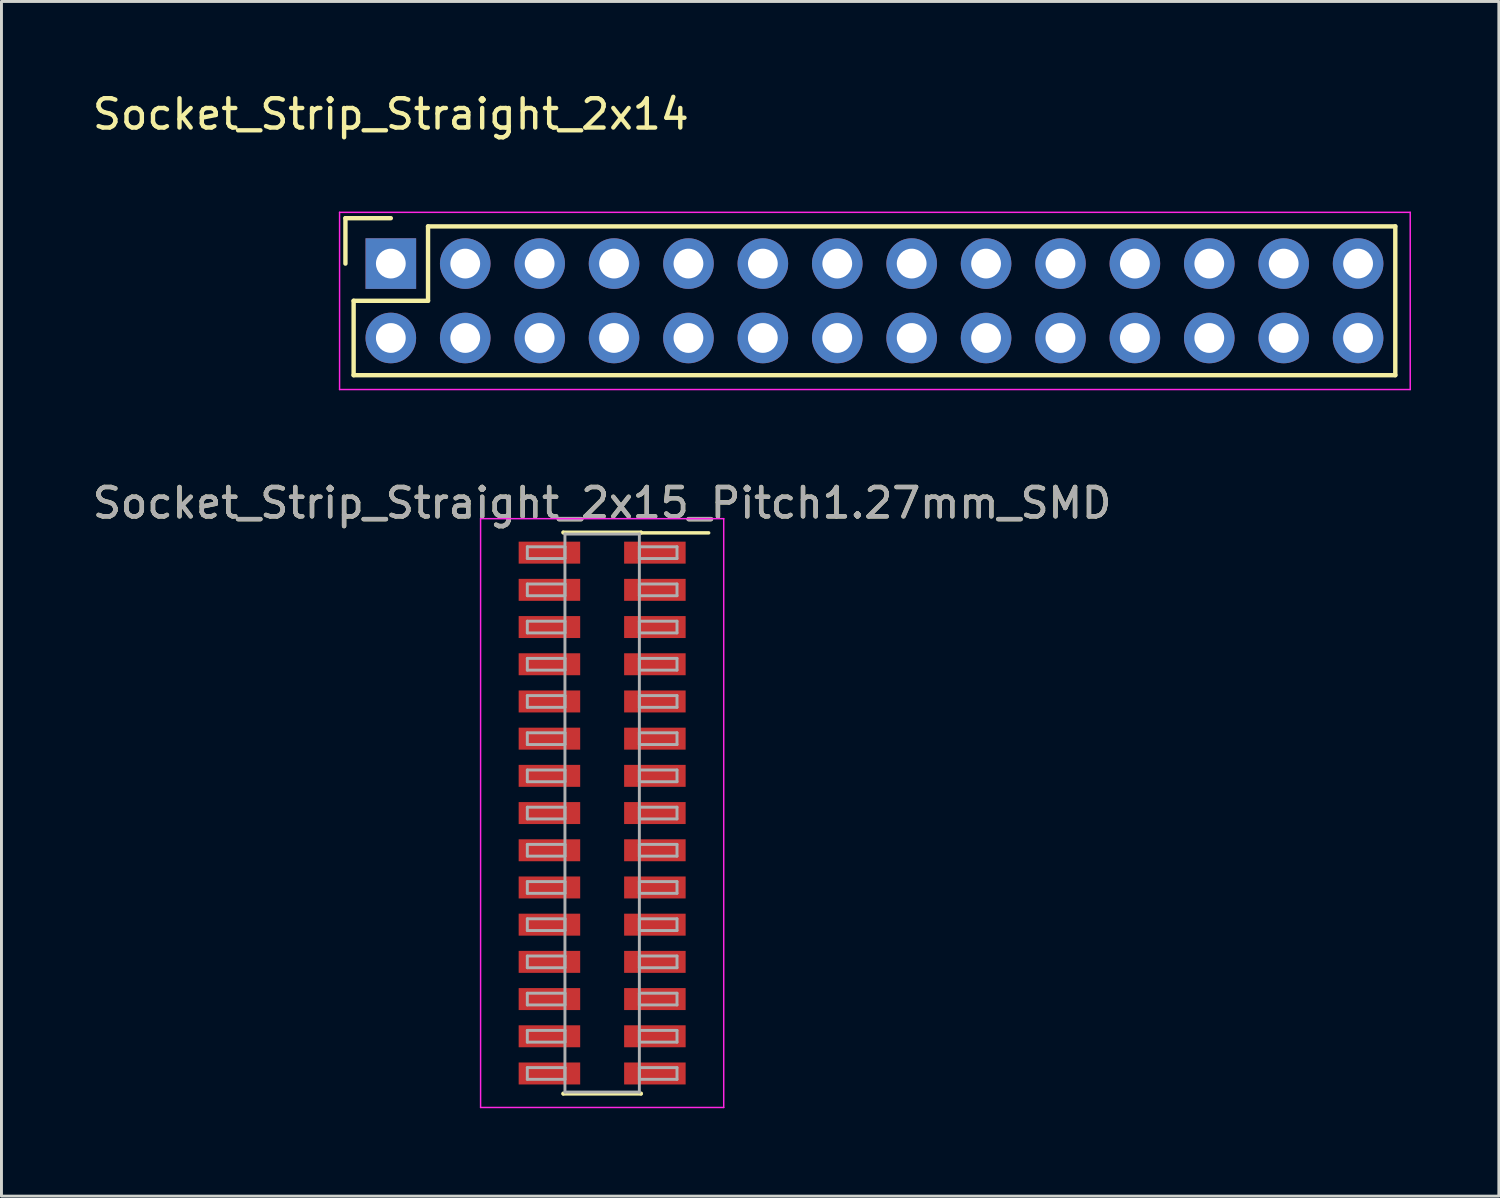
<source format=kicad_pcb>
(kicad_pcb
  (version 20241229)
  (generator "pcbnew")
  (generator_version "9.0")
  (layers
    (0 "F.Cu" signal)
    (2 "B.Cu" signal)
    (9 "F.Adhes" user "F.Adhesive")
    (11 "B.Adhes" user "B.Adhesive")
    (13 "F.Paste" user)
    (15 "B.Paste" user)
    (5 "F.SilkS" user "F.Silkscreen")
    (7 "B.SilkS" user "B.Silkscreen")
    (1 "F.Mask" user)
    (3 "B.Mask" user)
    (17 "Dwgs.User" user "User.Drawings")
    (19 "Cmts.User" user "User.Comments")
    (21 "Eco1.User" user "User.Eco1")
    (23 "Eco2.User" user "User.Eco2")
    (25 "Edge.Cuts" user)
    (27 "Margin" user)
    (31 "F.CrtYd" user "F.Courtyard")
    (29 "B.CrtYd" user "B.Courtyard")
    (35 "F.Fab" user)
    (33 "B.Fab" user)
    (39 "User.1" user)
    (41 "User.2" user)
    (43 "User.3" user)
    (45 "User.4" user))
  (footprint "Socket_Strip_Straight_2x14"
    (layer "F.Cu")
    (at 10.292 5.948)
    (property "Reference" "Socket_Strip_Straight_2x14" (at 0 -5.1 0) (layer "F.SilkS") (effects (font (size 1 1) (thickness 0.15))))
    (attr through_hole)
    (fp_line (start -1.55 -1.55) (end -1.55 0) (stroke (width 0.15) (type solid)) (layer "F.SilkS"))
    (fp_line (start -1.27 1.27) (end 1.27 1.27) (stroke (width 0.15) (type solid)) (layer "F.SilkS"))
    (fp_line (start -1.27 3.81) (end -1.27 1.27) (stroke (width 0.15) (type solid)) (layer "F.SilkS"))
    (fp_line (start 0 -1.55) (end -1.55 -1.55) (stroke (width 0.15) (type solid)) (layer "F.SilkS"))
    (fp_line (start 1.27 -1.27) (end 34.29 -1.27) (stroke (width 0.15) (type solid)) (layer "F.SilkS"))
    (fp_line (start 1.27 1.27) (end 1.27 -1.27) (stroke (width 0.15) (type solid)) (layer "F.SilkS"))
    (fp_line (start 34.29 3.81) (end -1.27 3.81) (stroke (width 0.15) (type solid)) (layer "F.SilkS"))
    (fp_line (start 34.29 3.81) (end 34.29 -1.27) (stroke (width 0.15) (type solid)) (layer "F.SilkS"))
    (fp_line (start -1.75 -1.75) (end -1.75 4.3) (stroke (width 0.05) (type solid)) (layer "F.CrtYd"))
    (fp_line (start -1.75 -1.75) (end 34.8 -1.75) (stroke (width 0.05) (type solid)) (layer "F.CrtYd"))
    (fp_line (start -1.75 4.3) (end 34.8 4.3) (stroke (width 0.05) (type solid)) (layer "F.CrtYd"))
    (fp_line (start 34.8 -1.75) (end 34.8 4.3) (stroke (width 0.05) (type solid)) (layer "F.CrtYd"))
    (pad "1" thru_hole rect (at 0 0) (size 1.727 1.727) (drill 1.016) (layers "*.Cu" "*.Mask"))
    (pad "2" thru_hole oval (at 0 2.54) (size 1.727 1.727) (drill 1.016) (layers "*.Cu" "*.Mask"))
    (pad "3" thru_hole oval (at 2.54 0) (size 1.727 1.727) (drill 1.016) (layers "*.Cu" "*.Mask"))
    (pad "4" thru_hole oval (at 2.54 2.54) (size 1.727 1.727) (drill 1.016) (layers "*.Cu" "*.Mask"))
    (pad "5" thru_hole oval (at 5.08 0) (size 1.727 1.727) (drill 1.016) (layers "*.Cu" "*.Mask"))
    (pad "6" thru_hole oval (at 5.08 2.54) (size 1.727 1.727) (drill 1.016) (layers "*.Cu" "*.Mask"))
    (pad "7" thru_hole oval (at 7.62 0) (size 1.727 1.727) (drill 1.016) (layers "*.Cu" "*.Mask"))
    (pad "8" thru_hole oval (at 7.62 2.54) (size 1.727 1.727) (drill 1.016) (layers "*.Cu" "*.Mask"))
    (pad "9" thru_hole oval (at 10.16 0) (size 1.727 1.727) (drill 1.016) (layers "*.Cu" "*.Mask"))
    (pad "10" thru_hole oval (at 10.16 2.54) (size 1.727 1.727) (drill 1.016) (layers "*.Cu" "*.Mask"))
    (pad "11" thru_hole oval (at 12.7 0) (size 1.727 1.727) (drill 1.016) (layers "*.Cu" "*.Mask"))
    (pad "12" thru_hole oval (at 12.7 2.54) (size 1.727 1.727) (drill 1.016) (layers "*.Cu" "*.Mask"))
    (pad "13" thru_hole oval (at 15.24 0) (size 1.727 1.727) (drill 1.016) (layers "*.Cu" "*.Mask"))
    (pad "14" thru_hole oval (at 15.24 2.54) (size 1.727 1.727) (drill 1.016) (layers "*.Cu" "*.Mask"))
    (pad "15" thru_hole oval (at 17.78 0) (size 1.727 1.727) (drill 1.016) (layers "*.Cu" "*.Mask"))
    (pad "16" thru_hole oval (at 17.78 2.54) (size 1.727 1.727) (drill 1.016) (layers "*.Cu" "*.Mask"))
    (pad "17" thru_hole oval (at 20.32 0) (size 1.727 1.727) (drill 1.016) (layers "*.Cu" "*.Mask"))
    (pad "18" thru_hole oval (at 20.32 2.54) (size 1.727 1.727) (drill 1.016) (layers "*.Cu" "*.Mask"))
    (pad "19" thru_hole oval (at 22.86 0) (size 1.727 1.727) (drill 1.016) (layers "*.Cu" "*.Mask"))
    (pad "20" thru_hole oval (at 22.86 2.54) (size 1.727 1.727) (drill 1.016) (layers "*.Cu" "*.Mask"))
    (pad "21" thru_hole oval (at 25.4 0) (size 1.727 1.727) (drill 1.016) (layers "*.Cu" "*.Mask"))
    (pad "22" thru_hole oval (at 25.4 2.54) (size 1.727 1.727) (drill 1.016) (layers "*.Cu" "*.Mask"))
    (pad "23" thru_hole oval (at 27.94 0) (size 1.727 1.727) (drill 1.016) (layers "*.Cu" "*.Mask"))
    (pad "24" thru_hole oval (at 27.94 2.54) (size 1.727 1.727) (drill 1.016) (layers "*.Cu" "*.Mask"))
    (pad "25" thru_hole oval (at 30.48 0) (size 1.727 1.727) (drill 1.016) (layers "*.Cu" "*.Mask"))
    (pad "26" thru_hole oval (at 30.48 2.54) (size 1.727 1.727) (drill 1.016) (layers "*.Cu" "*.Mask"))
    (pad "27" thru_hole oval (at 33.02 0) (size 1.727 1.727) (drill 1.016) (layers "*.Cu" "*.Mask"))
    (pad "28" thru_hole oval (at 33.02 2.54) (size 1.727 1.727) (drill 1.016) (layers "*.Cu" "*.Mask")))
  (footprint "Socket_Strip_Straight_2x15_Pitch1.27mm_SMD"
    (layer "F.Cu")
    (at 17.506 24.706)
    (property "Reference" "Socket_Strip_Straight_2x15_Pitch1.27mm_SMD" (at 0 -10.585 0) (layer "F.SilkS") (effects (font (size 1 1) (thickness 0.15))))
    (attr smd)
    (fp_line (start -1.33 -9.585) (end 1.33 -9.585) (stroke (width 0.12) (type solid)) (layer "F.SilkS"))
    (fp_line (start -1.33 -9.565) (end -1.33 -9.585) (stroke (width 0.12) (type solid)) (layer "F.SilkS"))
    (fp_line (start -1.33 9.565) (end -1.33 9.585) (stroke (width 0.12) (type solid)) (layer "F.SilkS"))
    (fp_line (start -1.33 9.585) (end 1.33 9.585) (stroke (width 0.12) (type solid)) (layer "F.SilkS"))
    (fp_line (start 1.33 -9.585) (end 1.33 -9.565) (stroke (width 0.12) (type solid)) (layer "F.SilkS"))
    (fp_line (start 1.33 9.585) (end 1.33 9.565) (stroke (width 0.12) (type solid)) (layer "F.SilkS"))
    (fp_line (start 3.635 -9.565) (end 1.33 -9.565) (stroke (width 0.12) (type solid)) (layer "F.SilkS"))
    (fp_line (start -4.15 -10.05) (end -4.15 10.05) (stroke (width 0.05) (type solid)) (layer "F.CrtYd"))
    (fp_line (start -4.15 10.05) (end 4.15 10.05) (stroke (width 0.05) (type solid)) (layer "F.CrtYd"))
    (fp_line (start 4.15 -10.05) (end -4.15 -10.05) (stroke (width 0.05) (type solid)) (layer "F.CrtYd"))
    (fp_line (start 4.15 10.05) (end 4.15 -10.05) (stroke (width 0.05) (type solid)) (layer "F.CrtYd"))
    (fp_line (start -2.555 -9.09) (end -1.27 -9.09) (stroke (width 0.1) (type solid)) (layer "F.Fab"))
    (fp_line (start -2.555 -8.69) (end -2.555 -9.09) (stroke (width 0.1) (type solid)) (layer "F.Fab"))
    (fp_line (start -2.555 -7.82) (end -1.27 -7.82) (stroke (width 0.1) (type solid)) (layer "F.Fab"))
    (fp_line (start -2.555 -7.42) (end -2.555 -7.82) (stroke (width 0.1) (type solid)) (layer "F.Fab"))
    (fp_line (start -2.555 -6.55) (end -1.27 -6.55) (stroke (width 0.1) (type solid)) (layer "F.Fab"))
    (fp_line (start -2.555 -6.15) (end -2.555 -6.55) (stroke (width 0.1) (type solid)) (layer "F.Fab"))
    (fp_line (start -2.555 -5.28) (end -1.27 -5.28) (stroke (width 0.1) (type solid)) (layer "F.Fab"))
    (fp_line (start -2.555 -4.88) (end -2.555 -5.28) (stroke (width 0.1) (type solid)) (layer "F.Fab"))
    (fp_line (start -2.555 -4.01) (end -1.27 -4.01) (stroke (width 0.1) (type solid)) (layer "F.Fab"))
    (fp_line (start -2.555 -3.61) (end -2.555 -4.01) (stroke (width 0.1) (type solid)) (layer "F.Fab"))
    (fp_line (start -2.555 -2.74) (end -1.27 -2.74) (stroke (width 0.1) (type solid)) (layer "F.Fab"))
    (fp_line (start -2.555 -2.34) (end -2.555 -2.74) (stroke (width 0.1) (type solid)) (layer "F.Fab"))
    (fp_line (start -2.555 -1.47) (end -1.27 -1.47) (stroke (width 0.1) (type solid)) (layer "F.Fab"))
    (fp_line (start -2.555 -1.07) (end -2.555 -1.47) (stroke (width 0.1) (type solid)) (layer "F.Fab"))
    (fp_line (start -2.555 -0.2) (end -1.27 -0.2) (stroke (width 0.1) (type solid)) (layer "F.Fab"))
    (fp_line (start -2.555 0.2) (end -2.555 -0.2) (stroke (width 0.1) (type solid)) (layer "F.Fab"))
    (fp_line (start -2.555 1.07) (end -1.27 1.07) (stroke (width 0.1) (type solid)) (layer "F.Fab"))
    (fp_line (start -2.555 1.47) (end -2.555 1.07) (stroke (width 0.1) (type solid)) (layer "F.Fab"))
    (fp_line (start -2.555 2.34) (end -1.27 2.34) (stroke (width 0.1) (type solid)) (layer "F.Fab"))
    (fp_line (start -2.555 2.74) (end -2.555 2.34) (stroke (width 0.1) (type solid)) (layer "F.Fab"))
    (fp_line (start -2.555 3.61) (end -1.27 3.61) (stroke (width 0.1) (type solid)) (layer "F.Fab"))
    (fp_line (start -2.555 4.01) (end -2.555 3.61) (stroke (width 0.1) (type solid)) (layer "F.Fab"))
    (fp_line (start -2.555 4.88) (end -1.27 4.88) (stroke (width 0.1) (type solid)) (layer "F.Fab"))
    (fp_line (start -2.555 5.28) (end -2.555 4.88) (stroke (width 0.1) (type solid)) (layer "F.Fab"))
    (fp_line (start -2.555 6.15) (end -1.27 6.15) (stroke (width 0.1) (type solid)) (layer "F.Fab"))
    (fp_line (start -2.555 6.55) (end -2.555 6.15) (stroke (width 0.1) (type solid)) (layer "F.Fab"))
    (fp_line (start -2.555 7.42) (end -1.27 7.42) (stroke (width 0.1) (type solid)) (layer "F.Fab"))
    (fp_line (start -2.555 7.82) (end -2.555 7.42) (stroke (width 0.1) (type solid)) (layer "F.Fab"))
    (fp_line (start -2.555 8.69) (end -1.27 8.69) (stroke (width 0.1) (type solid)) (layer "F.Fab"))
    (fp_line (start -2.555 9.09) (end -2.555 8.69) (stroke (width 0.1) (type solid)) (layer "F.Fab"))
    (fp_line (start -1.27 -9.525) (end -1.27 9.525) (stroke (width 0.1) (type solid)) (layer "F.Fab"))
    (fp_line (start -1.27 -9.09) (end -1.27 -8.69) (stroke (width 0.1) (type solid)) (layer "F.Fab"))
    (fp_line (start -1.27 -8.69) (end -2.555 -8.69) (stroke (width 0.1) (type solid)) (layer "F.Fab"))
    (fp_line (start -1.27 -7.82) (end -1.27 -7.42) (stroke (width 0.1) (type solid)) (layer "F.Fab"))
    (fp_line (start -1.27 -7.42) (end -2.555 -7.42) (stroke (width 0.1) (type solid)) (layer "F.Fab"))
    (fp_line (start -1.27 -6.55) (end -1.27 -6.15) (stroke (width 0.1) (type solid)) (layer "F.Fab"))
    (fp_line (start -1.27 -6.15) (end -2.555 -6.15) (stroke (width 0.1) (type solid)) (layer "F.Fab"))
    (fp_line (start -1.27 -5.28) (end -1.27 -4.88) (stroke (width 0.1) (type solid)) (layer "F.Fab"))
    (fp_line (start -1.27 -4.88) (end -2.555 -4.88) (stroke (width 0.1) (type solid)) (layer "F.Fab"))
    (fp_line (start -1.27 -4.01) (end -1.27 -3.61) (stroke (width 0.1) (type solid)) (layer "F.Fab"))
    (fp_line (start -1.27 -3.61) (end -2.555 -3.61) (stroke (width 0.1) (type solid)) (layer "F.Fab"))
    (fp_line (start -1.27 -2.74) (end -1.27 -2.34) (stroke (width 0.1) (type solid)) (layer "F.Fab"))
    (fp_line (start -1.27 -2.34) (end -2.555 -2.34) (stroke (width 0.1) (type solid)) (layer "F.Fab"))
    (fp_line (start -1.27 -1.47) (end -1.27 -1.07) (stroke (width 0.1) (type solid)) (layer "F.Fab"))
    (fp_line (start -1.27 -1.07) (end -2.555 -1.07) (stroke (width 0.1) (type solid)) (layer "F.Fab"))
    (fp_line (start -1.27 -0.2) (end -1.27 0.2) (stroke (width 0.1) (type solid)) (layer "F.Fab"))
    (fp_line (start -1.27 0.2) (end -2.555 0.2) (stroke (width 0.1) (type solid)) (layer "F.Fab"))
    (fp_line (start -1.27 1.07) (end -1.27 1.47) (stroke (width 0.1) (type solid)) (layer "F.Fab"))
    (fp_line (start -1.27 1.47) (end -2.555 1.47) (stroke (width 0.1) (type solid)) (layer "F.Fab"))
    (fp_line (start -1.27 2.34) (end -1.27 2.74) (stroke (width 0.1) (type solid)) (layer "F.Fab"))
    (fp_line (start -1.27 2.74) (end -2.555 2.74) (stroke (width 0.1) (type solid)) (layer "F.Fab"))
    (fp_line (start -1.27 3.61) (end -1.27 4.01) (stroke (width 0.1) (type solid)) (layer "F.Fab"))
    (fp_line (start -1.27 4.01) (end -2.555 4.01) (stroke (width 0.1) (type solid)) (layer "F.Fab"))
    (fp_line (start -1.27 4.88) (end -1.27 5.28) (stroke (width 0.1) (type solid)) (layer "F.Fab"))
    (fp_line (start -1.27 5.28) (end -2.555 5.28) (stroke (width 0.1) (type solid)) (layer "F.Fab"))
    (fp_line (start -1.27 6.15) (end -1.27 6.55) (stroke (width 0.1) (type solid)) (layer "F.Fab"))
    (fp_line (start -1.27 6.55) (end -2.555 6.55) (stroke (width 0.1) (type solid)) (layer "F.Fab"))
    (fp_line (start -1.27 7.42) (end -1.27 7.82) (stroke (width 0.1) (type solid)) (layer "F.Fab"))
    (fp_line (start -1.27 7.82) (end -2.555 7.82) (stroke (width 0.1) (type solid)) (layer "F.Fab"))
    (fp_line (start -1.27 8.69) (end -1.27 9.09) (stroke (width 0.1) (type solid)) (layer "F.Fab"))
    (fp_line (start -1.27 9.09) (end -2.555 9.09) (stroke (width 0.1) (type solid)) (layer "F.Fab"))
    (fp_line (start -1.27 9.525) (end 1.27 9.525) (stroke (width 0.1) (type solid)) (layer "F.Fab"))
    (fp_line (start 1.27 -9.525) (end -1.27 -9.525) (stroke (width 0.1) (type solid)) (layer "F.Fab"))
    (fp_line (start 1.27 -9.09) (end 1.27 -8.69) (stroke (width 0.1) (type solid)) (layer "F.Fab"))
    (fp_line (start 1.27 -8.69) (end 2.555 -8.69) (stroke (width 0.1) (type solid)) (layer "F.Fab"))
    (fp_line (start 1.27 -7.82) (end 1.27 -7.42) (stroke (width 0.1) (type solid)) (layer "F.Fab"))
    (fp_line (start 1.27 -7.42) (end 2.555 -7.42) (stroke (width 0.1) (type solid)) (layer "F.Fab"))
    (fp_line (start 1.27 -6.55) (end 1.27 -6.15) (stroke (width 0.1) (type solid)) (layer "F.Fab"))
    (fp_line (start 1.27 -6.15) (end 2.555 -6.15) (stroke (width 0.1) (type solid)) (layer "F.Fab"))
    (fp_line (start 1.27 -5.28) (end 1.27 -4.88) (stroke (width 0.1) (type solid)) (layer "F.Fab"))
    (fp_line (start 1.27 -4.88) (end 2.555 -4.88) (stroke (width 0.1) (type solid)) (layer "F.Fab"))
    (fp_line (start 1.27 -4.01) (end 1.27 -3.61) (stroke (width 0.1) (type solid)) (layer "F.Fab"))
    (fp_line (start 1.27 -3.61) (end 2.555 -3.61) (stroke (width 0.1) (type solid)) (layer "F.Fab"))
    (fp_line (start 1.27 -2.74) (end 1.27 -2.34) (stroke (width 0.1) (type solid)) (layer "F.Fab"))
    (fp_line (start 1.27 -2.34) (end 2.555 -2.34) (stroke (width 0.1) (type solid)) (layer "F.Fab"))
    (fp_line (start 1.27 -1.47) (end 1.27 -1.07) (stroke (width 0.1) (type solid)) (layer "F.Fab"))
    (fp_line (start 1.27 -1.07) (end 2.555 -1.07) (stroke (width 0.1) (type solid)) (layer "F.Fab"))
    (fp_line (start 1.27 -0.2) (end 1.27 0.2) (stroke (width 0.1) (type solid)) (layer "F.Fab"))
    (fp_line (start 1.27 0.2) (end 2.555 0.2) (stroke (width 0.1) (type solid)) (layer "F.Fab"))
    (fp_line (start 1.27 1.07) (end 1.27 1.47) (stroke (width 0.1) (type solid)) (layer "F.Fab"))
    (fp_line (start 1.27 1.47) (end 2.555 1.47) (stroke (width 0.1) (type solid)) (layer "F.Fab"))
    (fp_line (start 1.27 2.34) (end 1.27 2.74) (stroke (width 0.1) (type solid)) (layer "F.Fab"))
    (fp_line (start 1.27 2.74) (end 2.555 2.74) (stroke (width 0.1) (type solid)) (layer "F.Fab"))
    (fp_line (start 1.27 3.61) (end 1.27 4.01) (stroke (width 0.1) (type solid)) (layer "F.Fab"))
    (fp_line (start 1.27 4.01) (end 2.555 4.01) (stroke (width 0.1) (type solid)) (layer "F.Fab"))
    (fp_line (start 1.27 4.88) (end 1.27 5.28) (stroke (width 0.1) (type solid)) (layer "F.Fab"))
    (fp_line (start 1.27 5.28) (end 2.555 5.28) (stroke (width 0.1) (type solid)) (layer "F.Fab"))
    (fp_line (start 1.27 6.15) (end 1.27 6.55) (stroke (width 0.1) (type solid)) (layer "F.Fab"))
    (fp_line (start 1.27 6.55) (end 2.555 6.55) (stroke (width 0.1) (type solid)) (layer "F.Fab"))
    (fp_line (start 1.27 7.42) (end 1.27 7.82) (stroke (width 0.1) (type solid)) (layer "F.Fab"))
    (fp_line (start 1.27 7.82) (end 2.555 7.82) (stroke (width 0.1) (type solid)) (layer "F.Fab"))
    (fp_line (start 1.27 8.69) (end 1.27 9.09) (stroke (width 0.1) (type solid)) (layer "F.Fab"))
    (fp_line (start 1.27 9.09) (end 2.555 9.09) (stroke (width 0.1) (type solid)) (layer "F.Fab"))
    (fp_line (start 1.27 9.525) (end 1.27 -9.525) (stroke (width 0.1) (type solid)) (layer "F.Fab"))
    (fp_line (start 2.555 -9.09) (end 1.27 -9.09) (stroke (width 0.1) (type solid)) (layer "F.Fab"))
    (fp_line (start 2.555 -8.69) (end 2.555 -9.09) (stroke (width 0.1) (type solid)) (layer "F.Fab"))
    (fp_line (start 2.555 -7.82) (end 1.27 -7.82) (stroke (width 0.1) (type solid)) (layer "F.Fab"))
    (fp_line (start 2.555 -7.42) (end 2.555 -7.82) (stroke (width 0.1) (type solid)) (layer "F.Fab"))
    (fp_line (start 2.555 -6.55) (end 1.27 -6.55) (stroke (width 0.1) (type solid)) (layer "F.Fab"))
    (fp_line (start 2.555 -6.15) (end 2.555 -6.55) (stroke (width 0.1) (type solid)) (layer "F.Fab"))
    (fp_line (start 2.555 -5.28) (end 1.27 -5.28) (stroke (width 0.1) (type solid)) (layer "F.Fab"))
    (fp_line (start 2.555 -4.88) (end 2.555 -5.28) (stroke (width 0.1) (type solid)) (layer "F.Fab"))
    (fp_line (start 2.555 -4.01) (end 1.27 -4.01) (stroke (width 0.1) (type solid)) (layer "F.Fab"))
    (fp_line (start 2.555 -3.61) (end 2.555 -4.01) (stroke (width 0.1) (type solid)) (layer "F.Fab"))
    (fp_line (start 2.555 -2.74) (end 1.27 -2.74) (stroke (width 0.1) (type solid)) (layer "F.Fab"))
    (fp_line (start 2.555 -2.34) (end 2.555 -2.74) (stroke (width 0.1) (type solid)) (layer "F.Fab"))
    (fp_line (start 2.555 -1.47) (end 1.27 -1.47) (stroke (width 0.1) (type solid)) (layer "F.Fab"))
    (fp_line (start 2.555 -1.07) (end 2.555 -1.47) (stroke (width 0.1) (type solid)) (layer "F.Fab"))
    (fp_line (start 2.555 -0.2) (end 1.27 -0.2) (stroke (width 0.1) (type solid)) (layer "F.Fab"))
    (fp_line (start 2.555 0.2) (end 2.555 -0.2) (stroke (width 0.1) (type solid)) (layer "F.Fab"))
    (fp_line (start 2.555 1.07) (end 1.27 1.07) (stroke (width 0.1) (type solid)) (layer "F.Fab"))
    (fp_line (start 2.555 1.47) (end 2.555 1.07) (stroke (width 0.1) (type solid)) (layer "F.Fab"))
    (fp_line (start 2.555 2.34) (end 1.27 2.34) (stroke (width 0.1) (type solid)) (layer "F.Fab"))
    (fp_line (start 2.555 2.74) (end 2.555 2.34) (stroke (width 0.1) (type solid)) (layer "F.Fab"))
    (fp_line (start 2.555 3.61) (end 1.27 3.61) (stroke (width 0.1) (type solid)) (layer "F.Fab"))
    (fp_line (start 2.555 4.01) (end 2.555 3.61) (stroke (width 0.1) (type solid)) (layer "F.Fab"))
    (fp_line (start 2.555 4.88) (end 1.27 4.88) (stroke (width 0.1) (type solid)) (layer "F.Fab"))
    (fp_line (start 2.555 5.28) (end 2.555 4.88) (stroke (width 0.1) (type solid)) (layer "F.Fab"))
    (fp_line (start 2.555 6.15) (end 1.27 6.15) (stroke (width 0.1) (type solid)) (layer "F.Fab"))
    (fp_line (start 2.555 6.55) (end 2.555 6.15) (stroke (width 0.1) (type solid)) (layer "F.Fab"))
    (fp_line (start 2.555 7.42) (end 1.27 7.42) (stroke (width 0.1) (type solid)) (layer "F.Fab"))
    (fp_line (start 2.555 7.82) (end 2.555 7.42) (stroke (width 0.1) (type solid)) (layer "F.Fab"))
    (fp_line (start 2.555 8.69) (end 1.27 8.69) (stroke (width 0.1) (type solid)) (layer "F.Fab"))
    (fp_line (start 2.555 9.09) (end 2.555 8.69) (stroke (width 0.1) (type solid)) (layer "F.Fab"))
    (fp_text user "${REFERENCE}" (at 0 -10.585 0) (layer "F.Fab") (effects (font (size 1 1) (thickness 0.15))))
    (pad "1" smd rect (at 1.8 -8.89) (size 2.1 0.75) (layers "F.Cu" "F.Mask" "F.Paste"))
    (pad "2" smd rect (at -1.8 -8.89) (size 2.1 0.75) (layers "F.Cu" "F.Mask" "F.Paste"))
    (pad "3" smd rect (at 1.8 -7.62) (size 2.1 0.75) (layers "F.Cu" "F.Mask" "F.Paste"))
    (pad "4" smd rect (at -1.8 -7.62) (size 2.1 0.75) (layers "F.Cu" "F.Mask" "F.Paste"))
    (pad "5" smd rect (at 1.8 -6.35) (size 2.1 0.75) (layers "F.Cu" "F.Mask" "F.Paste"))
    (pad "6" smd rect (at -1.8 -6.35) (size 2.1 0.75) (layers "F.Cu" "F.Mask" "F.Paste"))
    (pad "7" smd rect (at 1.8 -5.08) (size 2.1 0.75) (layers "F.Cu" "F.Mask" "F.Paste"))
    (pad "8" smd rect (at -1.8 -5.08) (size 2.1 0.75) (layers "F.Cu" "F.Mask" "F.Paste"))
    (pad "9" smd rect (at 1.8 -3.81) (size 2.1 0.75) (layers "F.Cu" "F.Mask" "F.Paste"))
    (pad "10" smd rect (at -1.8 -3.81) (size 2.1 0.75) (layers "F.Cu" "F.Mask" "F.Paste"))
    (pad "11" smd rect (at 1.8 -2.54) (size 2.1 0.75) (layers "F.Cu" "F.Mask" "F.Paste"))
    (pad "12" smd rect (at -1.8 -2.54) (size 2.1 0.75) (layers "F.Cu" "F.Mask" "F.Paste"))
    (pad "13" smd rect (at 1.8 -1.27) (size 2.1 0.75) (layers "F.Cu" "F.Mask" "F.Paste"))
    (pad "14" smd rect (at -1.8 -1.27) (size 2.1 0.75) (layers "F.Cu" "F.Mask" "F.Paste"))
    (pad "15" smd rect (at 1.8 0) (size 2.1 0.75) (layers "F.Cu" "F.Mask" "F.Paste"))
    (pad "16" smd rect (at -1.8 0) (size 2.1 0.75) (layers "F.Cu" "F.Mask" "F.Paste"))
    (pad "17" smd rect (at 1.8 1.27) (size 2.1 0.75) (layers "F.Cu" "F.Mask" "F.Paste"))
    (pad "18" smd rect (at -1.8 1.27) (size 2.1 0.75) (layers "F.Cu" "F.Mask" "F.Paste"))
    (pad "19" smd rect (at 1.8 2.54) (size 2.1 0.75) (layers "F.Cu" "F.Mask" "F.Paste"))
    (pad "20" smd rect (at -1.8 2.54) (size 2.1 0.75) (layers "F.Cu" "F.Mask" "F.Paste"))
    (pad "21" smd rect (at 1.8 3.81) (size 2.1 0.75) (layers "F.Cu" "F.Mask" "F.Paste"))
    (pad "22" smd rect (at -1.8 3.81) (size 2.1 0.75) (layers "F.Cu" "F.Mask" "F.Paste"))
    (pad "23" smd rect (at 1.8 5.08) (size 2.1 0.75) (layers "F.Cu" "F.Mask" "F.Paste"))
    (pad "24" smd rect (at -1.8 5.08) (size 2.1 0.75) (layers "F.Cu" "F.Mask" "F.Paste"))
    (pad "25" smd rect (at 1.8 6.35) (size 2.1 0.75) (layers "F.Cu" "F.Mask" "F.Paste"))
    (pad "26" smd rect (at -1.8 6.35) (size 2.1 0.75) (layers "F.Cu" "F.Mask" "F.Paste"))
    (pad "27" smd rect (at 1.8 7.62) (size 2.1 0.75) (layers "F.Cu" "F.Mask" "F.Paste"))
    (pad "28" smd rect (at -1.8 7.62) (size 2.1 0.75) (layers "F.Cu" "F.Mask" "F.Paste"))
    (pad "29" smd rect (at 1.8 8.89) (size 2.1 0.75) (layers "F.Cu" "F.Mask" "F.Paste"))
    (pad "30" smd rect (at -1.8 8.89) (size 2.1 0.75) (layers "F.Cu" "F.Mask" "F.Paste")))
  (gr_rect
    (start -3 -3)
    (end 48.117 37.782)
    (stroke (width 0.1) (type default))
    (fill no)
    (layer "Edge.Cuts")))
</source>
